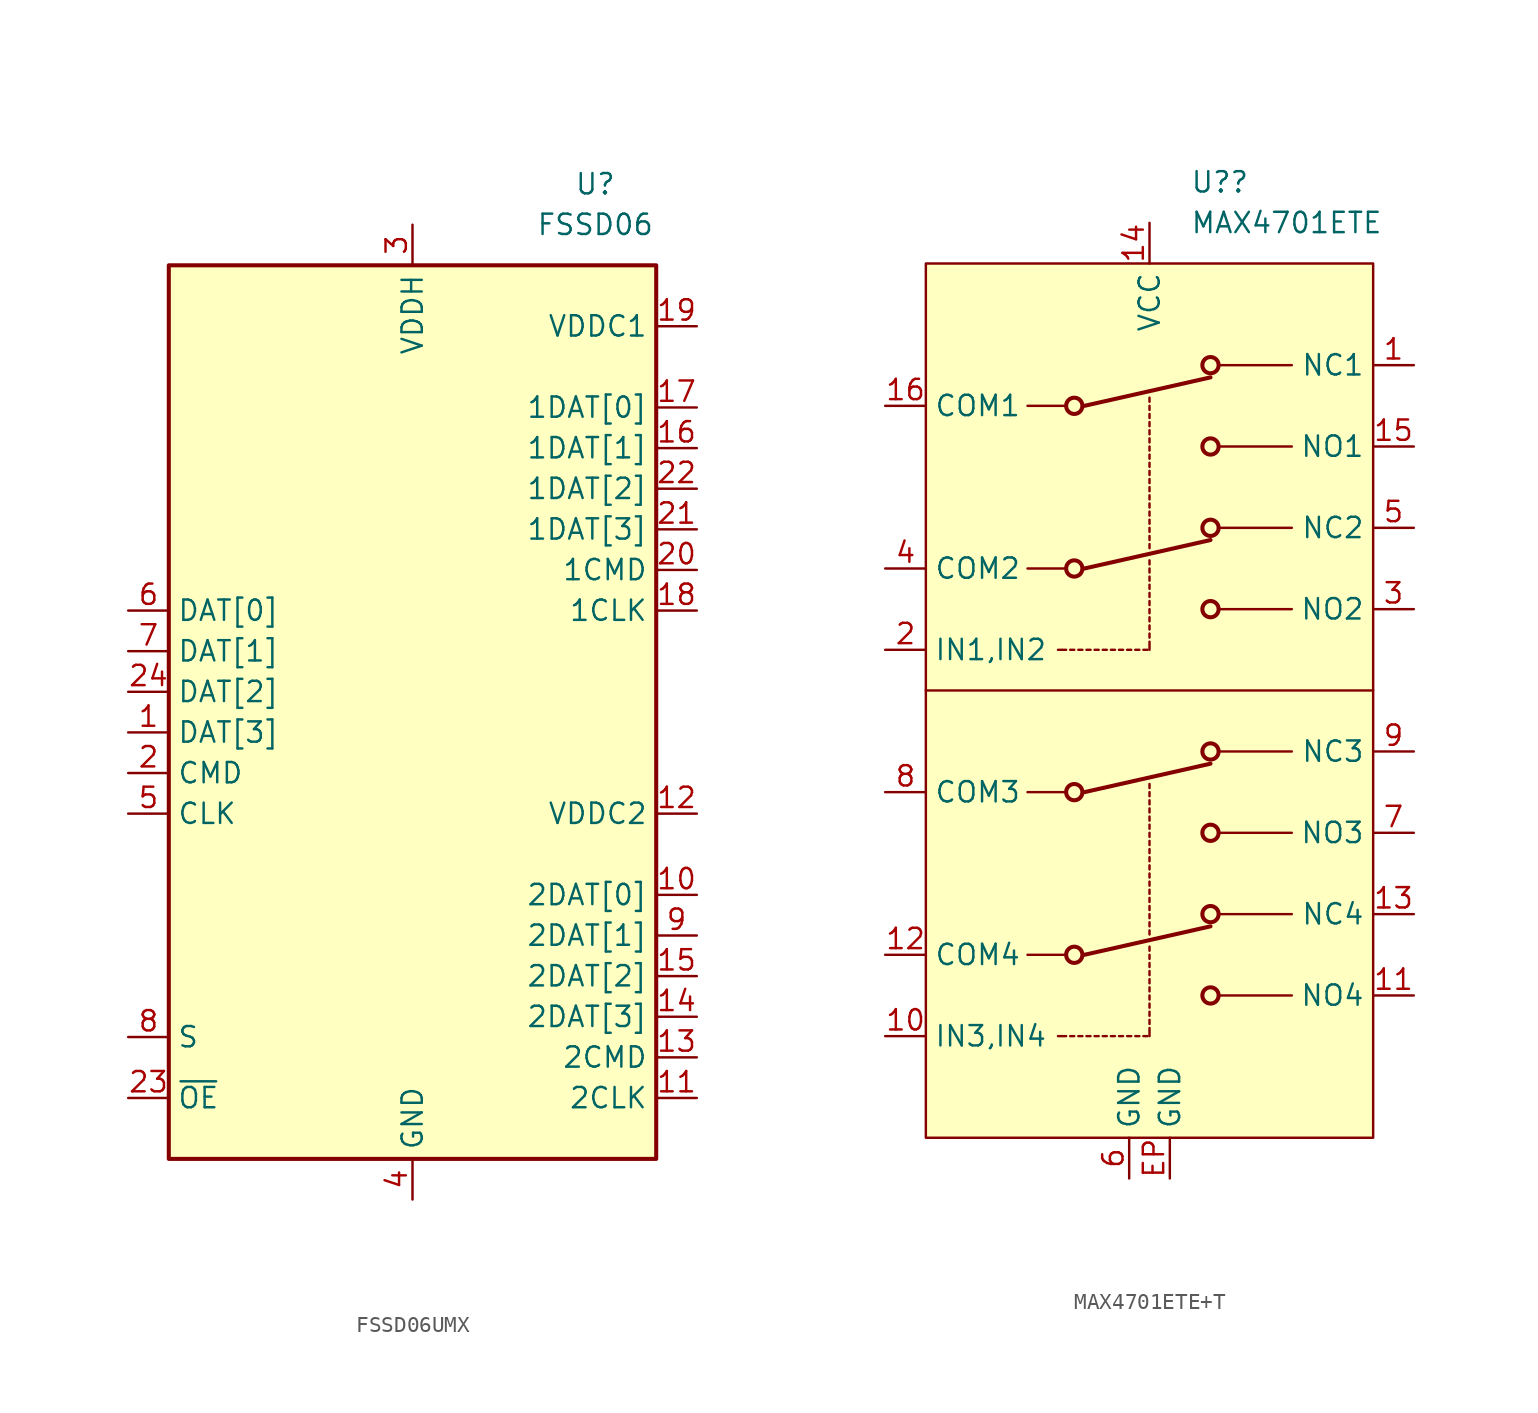
<source format=kicad_sym>
(kicad_symbol_lib
  (version 20220914)
  (generator kicad_symbol_editor)
  (symbol "FSSD06UMX"
    (property "Reference" "U"
      (at 11.43 31.75 0)
      (do_not_autoplace)
      (effects (font (size 1.27 1.27))))
    (property "Value" "FSSD06"
      (at 11.43 29.21 0)
      (do_not_autoplace)
      (effects (font (size 1.27 1.27))))
    (symbol "FSSD06UMX_0_1"
      (rectangle (start -15.24 26.67) (end 15.24 -29.21) (stroke (width 0.254) (type default)) (fill (type background))))
    (symbol "FSSD06UMX_1_0"
      (pin bidirectional line (at 17.78 17.78 180) (length 2.54) (name "1DAT[0]" (effects (font (size 1.27 1.27)))) (number "17" (effects (font (size 1.27 1.27)))))
      (pin power_in line (at 17.78 22.86 180) (length 2.54) (name "VDDC1" (effects (font (size 1.27 1.27)))) (number "19" (effects (font (size 1.27 1.27))))))
    (symbol "FSSD06UMX_1_1"
      (pin bidirectional line (at -17.78 -2.54 0) (length 2.54) (name "DAT[3]" (effects (font (size 1.27 1.27)))) (number "1" (effects (font (size 1.27 1.27)))))
      (pin bidirectional line (at 17.78 -12.7 180) (length 2.54) (name "2DAT[0]" (effects (font (size 1.27 1.27)))) (number "10" (effects (font (size 1.27 1.27)))))
      (pin bidirectional line (at 17.78 -25.4 180) (length 2.54) (name "2CLK" (effects (font (size 1.27 1.27)))) (number "11" (effects (font (size 1.27 1.27)))))
      (pin power_in line (at 17.78 -7.62 180) (length 2.54) (name "VDDC2" (effects (font (size 1.27 1.27)))) (number "12" (effects (font (size 1.27 1.27)))))
      (pin bidirectional line (at 17.78 -22.86 180) (length 2.54) (name "2CMD" (effects (font (size 1.27 1.27)))) (number "13" (effects (font (size 1.27 1.27)))))
      (pin bidirectional line (at 17.78 -20.32 180) (length 2.54) (name "2DAT[3]" (effects (font (size 1.27 1.27)))) (number "14" (effects (font (size 1.27 1.27)))))
      (pin bidirectional line (at 17.78 -17.78 180) (length 2.54) (name "2DAT[2]" (effects (font (size 1.27 1.27)))) (number "15" (effects (font (size 1.27 1.27)))))
      (pin bidirectional line (at 17.78 15.24 180) (length 2.54) (name "1DAT[1]" (effects (font (size 1.27 1.27)))) (number "16" (effects (font (size 1.27 1.27)))))
      (pin bidirectional line (at 17.78 5.08 180) (length 2.54) (name "1CLK" (effects (font (size 1.27 1.27)))) (number "18" (effects (font (size 1.27 1.27)))))
      (pin bidirectional line (at -17.78 -5.08 0) (length 2.54) (name "CMD" (effects (font (size 1.27 1.27)))) (number "2" (effects (font (size 1.27 1.27)))))
      (pin bidirectional line (at 17.78 7.62 180) (length 2.54) (name "1CMD" (effects (font (size 1.27 1.27)))) (number "20" (effects (font (size 1.27 1.27)))))
      (pin bidirectional line (at 17.78 10.16 180) (length 2.54) (name "1DAT[3]" (effects (font (size 1.27 1.27)))) (number "21" (effects (font (size 1.27 1.27)))))
      (pin bidirectional line (at 17.78 12.7 180) (length 2.54) (name "1DAT[2]" (effects (font (size 1.27 1.27)))) (number "22" (effects (font (size 1.27 1.27)))))
      (pin input line (at -17.78 -25.4 0) (length 2.54) (name "~{OE}" (effects (font (size 1.27 1.27)))) (number "23" (effects (font (size 1.27 1.27)))))
      (pin bidirectional line (at -17.78 0 0) (length 2.54) (name "DAT[2]" (effects (font (size 1.27 1.27)))) (number "24" (effects (font (size 1.27 1.27)))))
      (pin power_in line (at 0 29.21 270) (length 2.54) (name "VDDH" (effects (font (size 1.27 1.27)))) (number "3" (effects (font (size 1.27 1.27)))))
      (pin power_in line (at 0 -31.75 90) (length 2.54) (name "GND" (effects (font (size 1.27 1.27)))) (number "4" (effects (font (size 1.27 1.27)))))
      (pin bidirectional line (at -17.78 -7.62 0) (length 2.54) (name "CLK" (effects (font (size 1.27 1.27)))) (number "5" (effects (font (size 1.27 1.27)))))
      (pin bidirectional line (at -17.78 5.08 0) (length 2.54) (name "DAT[0]" (effects (font (size 1.27 1.27)))) (number "6" (effects (font (size 1.27 1.27)))))
      (pin bidirectional line (at -17.78 2.54 0) (length 2.54) (name "DAT[1]" (effects (font (size 1.27 1.27)))) (number "7" (effects (font (size 1.27 1.27)))))
      (pin input line (at -17.78 -21.59 0) (length 2.54) (name "S" (effects (font (size 1.27 1.27)))) (number "8" (effects (font (size 1.27 1.27)))))
      (pin bidirectional line (at 17.78 -15.24 180) (length 2.54) (name "2DAT[1]" (effects (font (size 1.27 1.27)))) (number "9" (effects (font (size 1.27 1.27)))))))
  (symbol "MAX4701ETE+T"
    (property "Reference" "U?"
      (at 2.54 31.75 0)
      (effects (font (size 1.27 1.27)) (justify left)))
    (property "Value" "MAX4701ETE"
      (at 2.54 29.21 0)
      (effects (font (size 1.27 1.27)) (justify left)))
    (symbol "MAX4701ETE+T_0_1"
      (polyline (pts (xy -13.97 0) (xy 13.97 0)) (stroke (width 0) (type default)) (fill (type none))))
    (symbol "MAX4701ETE+T_1_1"
      (rectangle (start -13.97 26.67) (end 13.97 -27.94) (stroke (width 0) (type default)) (fill (type background)))
      (circle (center -4.699 -16.51) (radius 0.508) (stroke (width 0.254) (type default)) (fill (type none)))
      (circle (center -4.699 -6.35) (radius 0.508) (stroke (width 0.254) (type default)) (fill (type none)))
      (circle (center -4.699 7.62) (radius 0.508) (stroke (width 0.254) (type default)) (fill (type none)))
      (circle (center -4.699 17.78) (radius 0.508) (stroke (width 0.254) (type default)) (fill (type none)))
      (polyline (pts (xy -7.62 -16.51) (xy -5.334 -16.51)) (stroke (width 0) (type default)) (fill (type none)))
      (polyline (pts (xy -7.62 -6.35) (xy -5.334 -6.35)) (stroke (width 0) (type default)) (fill (type none)))
      (polyline (pts (xy -7.62 7.62) (xy -5.334 7.62)) (stroke (width 0) (type default)) (fill (type none)))
      (polyline (pts (xy -7.62 17.78) (xy -5.334 17.78)) (stroke (width 0) (type default)) (fill (type none)))
      (polyline (pts (xy -5.715 -21.59) (xy -5.207 -21.59)) (stroke (width 0) (type default)) (fill (type none)))
      (polyline (pts (xy -5.715 2.54) (xy -5.207 2.54)) (stroke (width 0) (type default)) (fill (type none)))
      (polyline (pts (xy -4.953 -21.59) (xy -4.699 -21.59)) (stroke (width 0) (type default)) (fill (type none)))
      (polyline (pts (xy -4.953 2.54) (xy -4.699 2.54)) (stroke (width 0) (type default)) (fill (type none)))
      (polyline (pts (xy -4.445 -21.59) (xy -4.191 -21.59)) (stroke (width 0) (type default)) (fill (type none)))
      (polyline (pts (xy -4.445 2.54) (xy -4.191 2.54)) (stroke (width 0) (type default)) (fill (type none)))
      (polyline (pts (xy -3.937 -21.59) (xy -3.683 -21.59)) (stroke (width 0) (type default)) (fill (type none)))
      (polyline (pts (xy -3.937 2.54) (xy -3.683 2.54)) (stroke (width 0) (type default)) (fill (type none)))
      (polyline (pts (xy -3.429 -21.59) (xy -3.175 -21.59)) (stroke (width 0) (type default)) (fill (type none)))
      (polyline (pts (xy -3.429 2.54) (xy -3.175 2.54)) (stroke (width 0) (type default)) (fill (type none)))
      (polyline (pts (xy -2.921 -21.59) (xy -2.667 -21.59)) (stroke (width 0) (type default)) (fill (type none)))
      (polyline (pts (xy -2.921 2.54) (xy -2.667 2.54)) (stroke (width 0) (type default)) (fill (type none)))
      (polyline (pts (xy -2.413 -21.59) (xy -2.159 -21.59)) (stroke (width 0) (type default)) (fill (type none)))
      (polyline (pts (xy -2.413 2.54) (xy -2.159 2.54)) (stroke (width 0) (type default)) (fill (type none)))
      (polyline (pts (xy -1.905 -21.59) (xy -1.651 -21.59)) (stroke (width 0) (type default)) (fill (type none)))
      (polyline (pts (xy -1.905 2.54) (xy -1.651 2.54)) (stroke (width 0) (type default)) (fill (type none)))
      (polyline (pts (xy -1.397 -21.59) (xy -1.143 -21.59)) (stroke (width 0) (type default)) (fill (type none)))
      (polyline (pts (xy -1.397 2.54) (xy -1.143 2.54)) (stroke (width 0) (type default)) (fill (type none)))
      (polyline (pts (xy -0.889 -21.59) (xy -0.635 -21.59)) (stroke (width 0) (type default)) (fill (type none)))
      (polyline (pts (xy -0.889 2.54) (xy -0.635 2.54)) (stroke (width 0) (type default)) (fill (type none)))
      (polyline (pts (xy -0.381 -21.59) (xy -0.127 -21.59)) (stroke (width 0) (type default)) (fill (type none)))
      (polyline (pts (xy -0.381 2.54) (xy -0.127 2.54)) (stroke (width 0) (type default)) (fill (type none)))
      (polyline (pts (xy 0 -21.59) (xy 0 -21.082)) (stroke (width 0) (type default)) (fill (type none)))
      (polyline (pts (xy 0 -20.828) (xy 0 -20.574)) (stroke (width 0) (type default)) (fill (type none)))
      (polyline (pts (xy 0 -20.32) (xy 0 -20.066)) (stroke (width 0) (type default)) (fill (type none)))
      (polyline (pts (xy 0 -19.812) (xy 0 -19.558)) (stroke (width 0) (type default)) (fill (type none)))
      (polyline (pts (xy 0 -19.304) (xy 0 -19.05)) (stroke (width 0) (type default)) (fill (type none)))
      (polyline (pts (xy 0 -18.796) (xy 0 -18.542)) (stroke (width 0) (type default)) (fill (type none)))
      (polyline (pts (xy 0 -18.288) (xy 0 -18.034)) (stroke (width 0) (type default)) (fill (type none)))
      (polyline (pts (xy 0 -17.78) (xy 0 -17.526)) (stroke (width 0) (type default)) (fill (type none)))
      (polyline (pts (xy 0 -17.272) (xy 0 -17.018)) (stroke (width 0) (type default)) (fill (type none)))
      (polyline (pts (xy 0 -16.764) (xy 0 -16.51)) (stroke (width 0) (type default)) (fill (type none)))
      (polyline (pts (xy 0 -16.256) (xy 0 -16.002)) (stroke (width 0) (type default)) (fill (type none)))
      (polyline (pts (xy 0 -15.24) (xy 0 -14.986)) (stroke (width 0) (type default)) (fill (type none)))
      (polyline (pts (xy 0 -14.732) (xy 0 -14.478)) (stroke (width 0) (type default)) (fill (type none)))
      (polyline (pts (xy 0 -14.224) (xy 0 -13.97)) (stroke (width 0) (type default)) (fill (type none)))
      (polyline (pts (xy 0 -13.716) (xy 0 -13.462)) (stroke (width 0) (type default)) (fill (type none)))
      (polyline (pts (xy 0 -13.208) (xy 0 -12.954)) (stroke (width 0) (type default)) (fill (type none)))
      (polyline (pts (xy 0 -12.7) (xy 0 -12.446)) (stroke (width 0) (type default)) (fill (type none)))
      (polyline (pts (xy 0 -12.192) (xy 0 -11.938)) (stroke (width 0) (type default)) (fill (type none)))
      (polyline (pts (xy 0 -11.684) (xy 0 -11.43)) (stroke (width 0) (type default)) (fill (type none)))
      (polyline (pts (xy 0 -11.176) (xy 0 -10.922)) (stroke (width 0) (type default)) (fill (type none)))
      (polyline (pts (xy 0 -10.668) (xy 0 -10.414)) (stroke (width 0) (type default)) (fill (type none)))
      (polyline (pts (xy 0 -10.16) (xy 0 -9.906)) (stroke (width 0) (type default)) (fill (type none)))
      (polyline (pts (xy 0 -9.652) (xy 0 -9.398)) (stroke (width 0) (type default)) (fill (type none)))
      (polyline (pts (xy 0 -9.144) (xy 0 -8.89)) (stroke (width 0) (type default)) (fill (type none)))
      (polyline (pts (xy 0 -8.636) (xy 0 -8.382)) (stroke (width 0) (type default)) (fill (type none)))
      (polyline (pts (xy 0 -8.128) (xy 0 -7.874)) (stroke (width 0) (type default)) (fill (type none)))
      (polyline (pts (xy 0 -7.62) (xy 0 -7.366)) (stroke (width 0) (type default)) (fill (type none)))
      (polyline (pts (xy 0 -7.112) (xy 0 -6.858)) (stroke (width 0) (type default)) (fill (type none)))
      (polyline (pts (xy 0 -6.604) (xy 0 -6.35)) (stroke (width 0) (type default)) (fill (type none)))
      (polyline (pts (xy 0 -6.096) (xy 0 -5.842)) (stroke (width 0) (type default)) (fill (type none)))
      (polyline (pts (xy 0 2.54) (xy 0 3.048)) (stroke (width 0) (type default)) (fill (type none)))
      (polyline (pts (xy 0 3.302) (xy 0 3.556)) (stroke (width 0) (type default)) (fill (type none)))
      (polyline (pts (xy 0 3.81) (xy 0 4.064)) (stroke (width 0) (type default)) (fill (type none)))
      (polyline (pts (xy 0 4.318) (xy 0 4.572)) (stroke (width 0) (type default)) (fill (type none)))
      (polyline (pts (xy 0 4.826) (xy 0 5.08)) (stroke (width 0) (type default)) (fill (type none)))
      (polyline (pts (xy 0 5.334) (xy 0 5.588)) (stroke (width 0) (type default)) (fill (type none)))
      (polyline (pts (xy 0 5.842) (xy 0 6.096)) (stroke (width 0) (type default)) (fill (type none)))
      (polyline (pts (xy 0 6.35) (xy 0 6.604)) (stroke (width 0) (type default)) (fill (type none)))
      (polyline (pts (xy 0 6.858) (xy 0 7.112)) (stroke (width 0) (type default)) (fill (type none)))
      (polyline (pts (xy 0 7.366) (xy 0 7.62)) (stroke (width 0) (type default)) (fill (type none)))
      (polyline (pts (xy 0 7.874) (xy 0 8.128)) (stroke (width 0) (type default)) (fill (type none)))
      (polyline (pts (xy 0 8.89) (xy 0 9.144)) (stroke (width 0) (type default)) (fill (type none)))
      (polyline (pts (xy 0 9.398) (xy 0 9.652)) (stroke (width 0) (type default)) (fill (type none)))
      (polyline (pts (xy 0 9.906) (xy 0 10.16)) (stroke (width 0) (type default)) (fill (type none)))
      (polyline (pts (xy 0 10.414) (xy 0 10.668)) (stroke (width 0) (type default)) (fill (type none)))
      (polyline (pts (xy 0 10.922) (xy 0 11.176)) (stroke (width 0) (type default)) (fill (type none)))
      (polyline (pts (xy 0 11.43) (xy 0 11.684)) (stroke (width 0) (type default)) (fill (type none)))
      (polyline (pts (xy 0 11.938) (xy 0 12.192)) (stroke (width 0) (type default)) (fill (type none)))
      (polyline (pts (xy 0 12.446) (xy 0 12.7)) (stroke (width 0) (type default)) (fill (type none)))
      (polyline (pts (xy 0 12.954) (xy 0 13.208)) (stroke (width 0) (type default)) (fill (type none)))
      (polyline (pts (xy 0 13.462) (xy 0 13.716)) (stroke (width 0) (type default)) (fill (type none)))
      (polyline (pts (xy 0 13.97) (xy 0 14.224)) (stroke (width 0) (type default)) (fill (type none)))
      (polyline (pts (xy 0 14.478) (xy 0 14.732)) (stroke (width 0) (type default)) (fill (type none)))
      (polyline (pts (xy 0 14.986) (xy 0 15.24)) (stroke (width 0) (type default)) (fill (type none)))
      (polyline (pts (xy 0 15.494) (xy 0 15.748)) (stroke (width 0) (type default)) (fill (type none)))
      (polyline (pts (xy 0 16.002) (xy 0 16.256)) (stroke (width 0) (type default)) (fill (type none)))
      (polyline (pts (xy 0 16.51) (xy 0 16.764)) (stroke (width 0) (type default)) (fill (type none)))
      (polyline (pts (xy 0 17.018) (xy 0 17.272)) (stroke (width 0) (type default)) (fill (type none)))
      (polyline (pts (xy 0 17.526) (xy 0 17.78)) (stroke (width 0) (type default)) (fill (type none)))
      (polyline (pts (xy 0 18.034) (xy 0 18.288)) (stroke (width 0) (type default)) (fill (type none)))
      (polyline (pts (xy 3.81 -14.732) (xy -4.064 -16.51)) (stroke (width 0.254) (type default)) (fill (type none)))
      (polyline (pts (xy 3.81 -4.572) (xy -4.064 -6.35)) (stroke (width 0.254) (type default)) (fill (type none)))
      (polyline (pts (xy 3.81 9.398) (xy -4.064 7.62)) (stroke (width 0.254) (type default)) (fill (type none)))
      (polyline (pts (xy 3.81 19.558) (xy -4.064 17.78)) (stroke (width 0.254) (type default)) (fill (type none)))
      (polyline (pts (xy 8.89 -19.05) (xy 4.445 -19.05)) (stroke (width 0) (type default)) (fill (type none)))
      (polyline (pts (xy 8.89 -13.97) (xy 4.445 -13.97)) (stroke (width 0) (type default)) (fill (type none)))
      (polyline (pts (xy 8.89 -8.89) (xy 4.445 -8.89)) (stroke (width 0) (type default)) (fill (type none)))
      (polyline (pts (xy 8.89 -3.81) (xy 4.445 -3.81)) (stroke (width 0) (type default)) (fill (type none)))
      (polyline (pts (xy 8.89 5.08) (xy 4.445 5.08)) (stroke (width 0) (type default)) (fill (type none)))
      (polyline (pts (xy 8.89 10.16) (xy 4.445 10.16)) (stroke (width 0) (type default)) (fill (type none)))
      (polyline (pts (xy 8.89 15.24) (xy 4.445 15.24)) (stroke (width 0) (type default)) (fill (type none)))
      (polyline (pts (xy 8.89 20.32) (xy 4.445 20.32)) (stroke (width 0) (type default)) (fill (type none)))
      (circle (center 3.81 -19.05) (radius 0.508) (stroke (width 0.254) (type default)) (fill (type none)))
      (circle (center 3.81 -13.97) (radius 0.508) (stroke (width 0.254) (type default)) (fill (type none)))
      (circle (center 3.81 -8.89) (radius 0.508) (stroke (width 0.254) (type default)) (fill (type none)))
      (circle (center 3.81 -3.81) (radius 0.508) (stroke (width 0.254) (type default)) (fill (type none)))
      (circle (center 3.81 5.08) (radius 0.508) (stroke (width 0.254) (type default)) (fill (type none)))
      (circle (center 3.81 10.16) (radius 0.508) (stroke (width 0.254) (type default)) (fill (type none)))
      (circle (center 3.81 15.24) (radius 0.508) (stroke (width 0.254) (type default)) (fill (type none)))
      (circle (center 3.81 20.32) (radius 0.508) (stroke (width 0.254) (type default)) (fill (type none)))
      (pin passive line (at 16.51 20.32 180) (length 2.54) (name "NC1" (effects (font (size 1.27 1.27)))) (number "1" (effects (font (size 1.27 1.27)))))
      (pin input line (at -16.51 -21.59 0) (length 2.54) (name "IN3,IN4" (effects (font (size 1.27 1.27)))) (number "10" (effects (font (size 1.27 1.27)))))
      (pin passive line (at 16.51 -19.05 180) (length 2.54) (name "NO4" (effects (font (size 1.27 1.27)))) (number "11" (effects (font (size 1.27 1.27)))))
      (pin passive line (at -16.51 -16.51 0) (length 2.54) (name "COM4" (effects (font (size 1.27 1.27)))) (number "12" (effects (font (size 1.27 1.27)))))
      (pin passive line (at 16.51 -13.97 180) (length 2.54) (name "NC4" (effects (font (size 1.27 1.27)))) (number "13" (effects (font (size 1.27 1.27)))))
      (pin power_in line (at 0 29.21 270) (length 2.54) (name "VCC" (effects (font (size 1.27 1.27)))) (number "14" (effects (font (size 1.27 1.27)))))
      (pin passive line (at 16.51 15.24 180) (length 2.54) (name "NO1" (effects (font (size 1.27 1.27)))) (number "15" (effects (font (size 1.27 1.27)))))
      (pin passive line (at -16.51 17.78 0) (length 2.54) (name "COM1" (effects (font (size 1.27 1.27)))) (number "16" (effects (font (size 1.27 1.27)))))
      (pin input line (at -16.51 2.54 0) (length 2.54) (name "IN1,IN2" (effects (font (size 1.27 1.27)))) (number "2" (effects (font (size 1.27 1.27)))))
      (pin passive line (at 16.51 5.08 180) (length 2.54) (name "NO2" (effects (font (size 1.27 1.27)))) (number "3" (effects (font (size 1.27 1.27)))))
      (pin passive line (at -16.51 7.62 0) (length 2.54) (name "COM2" (effects (font (size 1.27 1.27)))) (number "4" (effects (font (size 1.27 1.27)))))
      (pin passive line (at 16.51 10.16 180) (length 2.54) (name "NC2" (effects (font (size 1.27 1.27)))) (number "5" (effects (font (size 1.27 1.27)))))
      (pin power_in line (at -1.27 -30.48 90) (length 2.54) (name "GND" (effects (font (size 1.27 1.27)))) (number "6" (effects (font (size 1.27 1.27)))))
      (pin passive line (at 16.51 -8.89 180) (length 2.54) (name "NO3" (effects (font (size 1.27 1.27)))) (number "7" (effects (font (size 1.27 1.27)))))
      (pin passive line (at -16.51 -6.35 0) (length 2.54) (name "COM3" (effects (font (size 1.27 1.27)))) (number "8" (effects (font (size 1.27 1.27)))))
      (pin passive line (at 16.51 -3.81 180) (length 2.54) (name "NC3" (effects (font (size 1.27 1.27)))) (number "9" (effects (font (size 1.27 1.27)))))
      (pin power_in line (at 1.27 -30.48 90) (length 2.54) (name "GND" (effects (font (size 1.27 1.27)))) (number "EP" (effects (font (size 1.27 1.27))))))))
</source>
